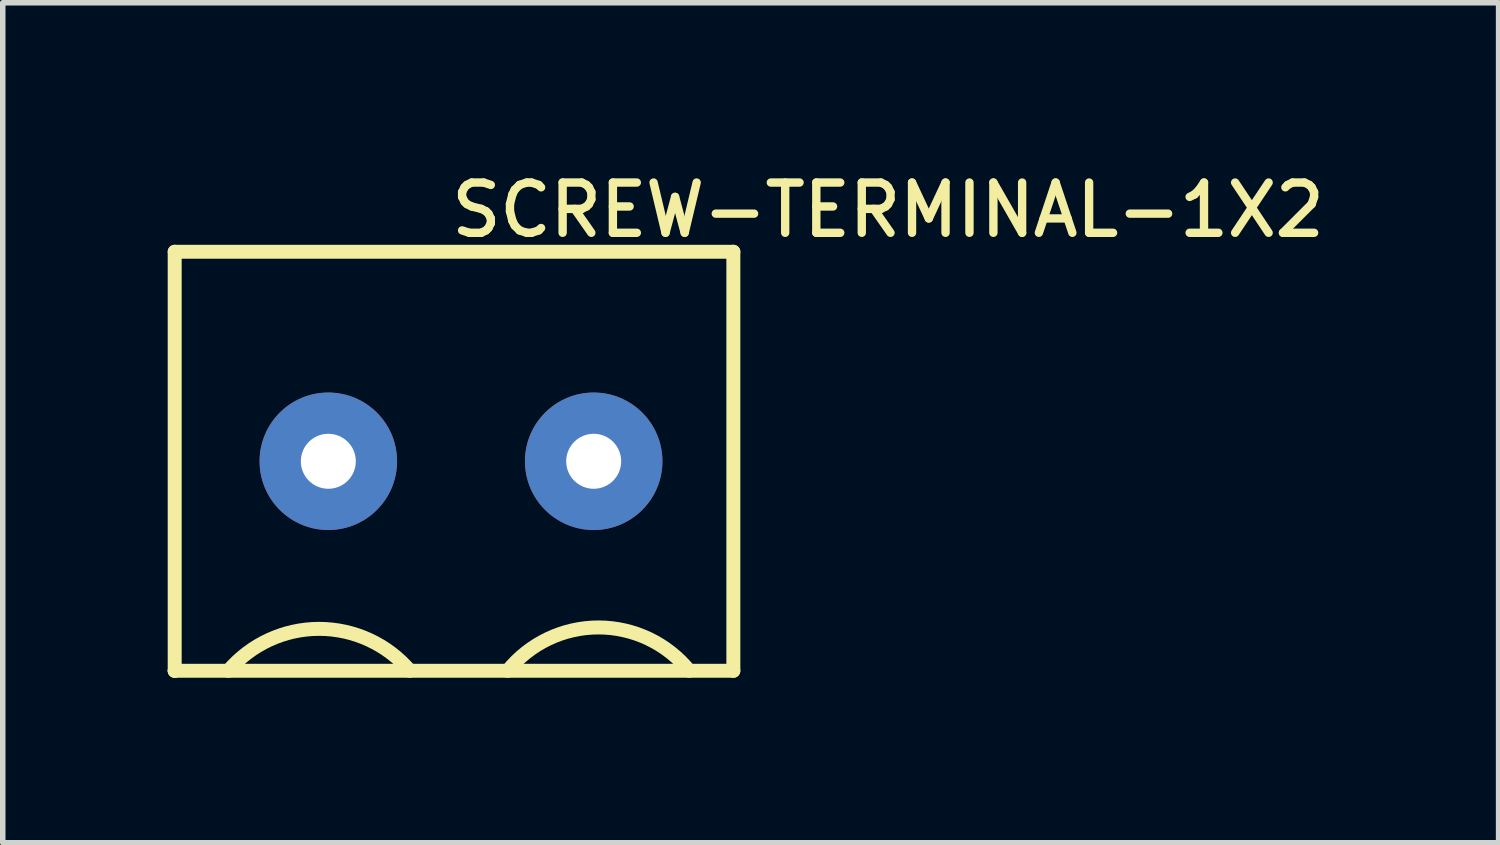
<source format=kicad_pcb>
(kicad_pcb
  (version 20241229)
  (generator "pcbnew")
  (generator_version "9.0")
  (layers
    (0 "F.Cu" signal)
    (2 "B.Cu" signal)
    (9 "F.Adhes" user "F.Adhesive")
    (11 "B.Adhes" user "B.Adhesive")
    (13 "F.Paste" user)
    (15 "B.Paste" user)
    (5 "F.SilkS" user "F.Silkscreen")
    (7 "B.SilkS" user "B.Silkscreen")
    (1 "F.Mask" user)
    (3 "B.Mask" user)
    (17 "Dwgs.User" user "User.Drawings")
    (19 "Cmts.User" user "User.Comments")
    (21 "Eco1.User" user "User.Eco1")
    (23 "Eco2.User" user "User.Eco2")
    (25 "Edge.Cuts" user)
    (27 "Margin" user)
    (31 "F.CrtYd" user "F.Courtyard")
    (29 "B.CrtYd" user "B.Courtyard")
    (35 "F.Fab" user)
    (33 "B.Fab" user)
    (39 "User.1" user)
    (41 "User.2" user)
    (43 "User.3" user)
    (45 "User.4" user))
  (footprint "SCREW-TERMINAL-1X2"
    (layer "F.Cu")
    (at 2.032 3.942)
    (property "Reference" "SCREW-TERMINAL-1X2" (at 3.048 -3.708 0) (layer "F.SilkS") (effects (font (size 0.914 0.914) (thickness 0.152)) (justify left top)))
    (fp_line (start -1.905 -2.413) (end -1.905 5.207) (stroke (width 0.254) (type default)) (layer "F.SilkS"))
    (fp_line (start -1.905 -2.413) (end 8.255 -2.413) (stroke (width 0.254) (type default)) (layer "F.SilkS"))
    (fp_line (start -1.905 5.207) (end -1.905 5.207) (stroke (width 0.254) (type default)) (layer "F.SilkS"))
    (fp_line (start -1.905 5.207) (end 8.255 5.207) (stroke (width 0.254) (type default)) (layer "F.SilkS"))
    (fp_line (start 8.255 -2.413) (end 8.255 5.207) (stroke (width 0.254) (type default)) (layer "F.SilkS"))
    (fp_arc (start -0.9296 5.207) (mid 0.7214 4.44476) (end 2.3724 5.207) (stroke (width 0.254) (type default)) (layer "F.SilkS"))
    (fp_arc (start 4.1504 5.207) (mid 5.8014 4.418937) (end 7.4524 5.207) (stroke (width 0.254) (type default)) (layer "F.SilkS"))
    (pad "1" thru_hole oval (at 0.889 1.397) (size 2.5 2.5) (drill 1) (layers "*.Cu" "*.Mask"))
    (pad "2" thru_hole oval (at 5.715 1.397) (size 2.5 2.5) (drill 1) (layers "*.Cu" "*.Mask")))
  (gr_rect
    (start -3 -3)
    (end 24.204 12.276)
    (stroke (width 0.1) (type default))
    (fill no)
    (layer "Edge.Cuts")))
</source>
